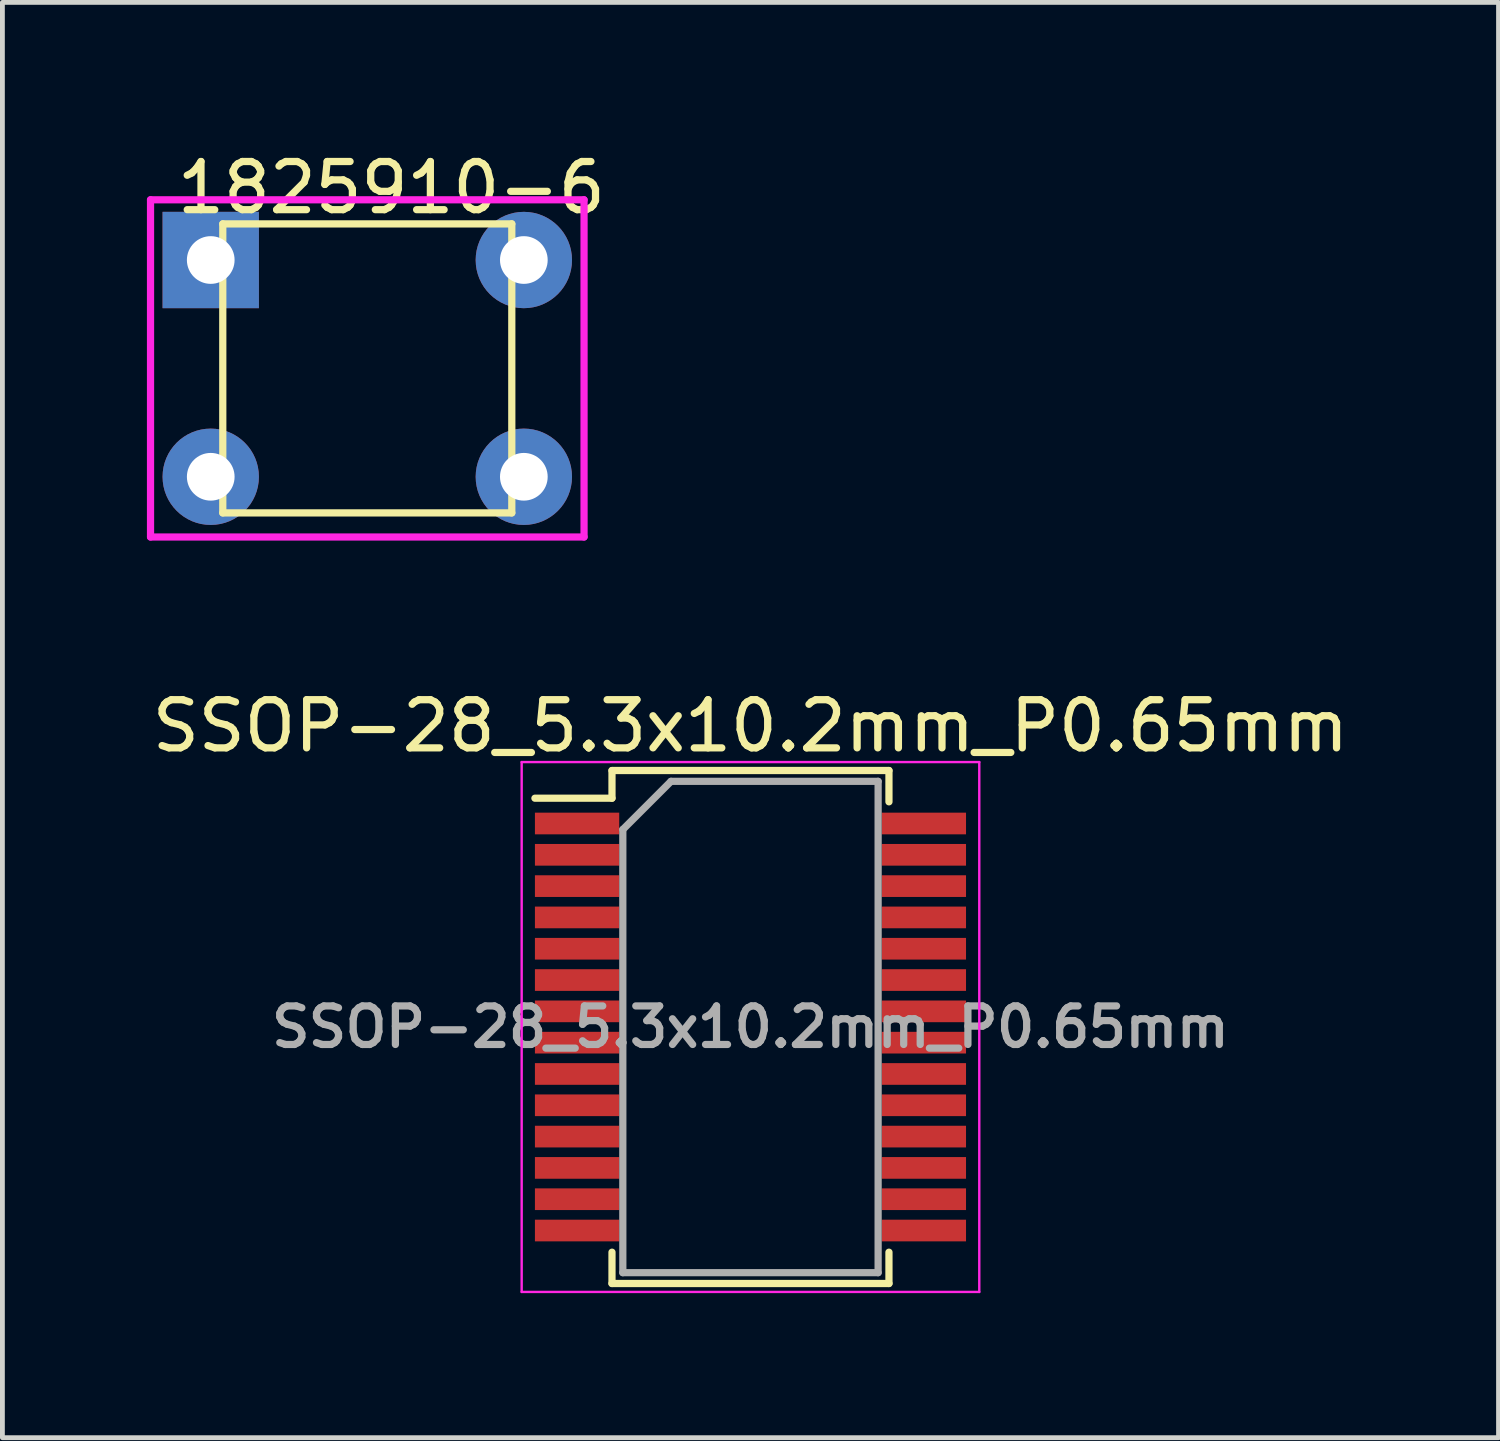
<source format=kicad_pcb>
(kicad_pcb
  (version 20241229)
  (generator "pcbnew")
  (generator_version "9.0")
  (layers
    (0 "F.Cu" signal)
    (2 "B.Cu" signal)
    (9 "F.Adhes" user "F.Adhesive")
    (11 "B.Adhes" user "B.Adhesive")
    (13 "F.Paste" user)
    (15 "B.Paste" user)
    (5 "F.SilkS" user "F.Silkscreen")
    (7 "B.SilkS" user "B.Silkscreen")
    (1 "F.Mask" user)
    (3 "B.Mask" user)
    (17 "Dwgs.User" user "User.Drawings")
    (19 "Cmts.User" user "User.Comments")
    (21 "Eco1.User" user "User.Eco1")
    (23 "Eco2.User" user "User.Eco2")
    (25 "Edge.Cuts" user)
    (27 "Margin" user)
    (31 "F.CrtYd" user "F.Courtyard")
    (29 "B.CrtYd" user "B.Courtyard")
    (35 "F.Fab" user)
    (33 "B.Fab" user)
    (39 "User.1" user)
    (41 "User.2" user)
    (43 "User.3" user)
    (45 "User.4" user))
  (footprint "1825910-6"
    (layer "F.Cu")
    (at 1.325 2.348)
    (property "Reference" "1825910-6" (at 3.75 -1.5 0) (layer "F.SilkS") (effects (font (size 1 1) (thickness 0.15))))
    (attr through_hole)
    (fp_line (start 0.25 -0.75) (end 6.25 -0.75) (stroke (width 0.15) (type solid)) (layer "F.SilkS"))
    (fp_line (start 0.25 5.25) (end 0.25 -0.75) (stroke (width 0.15) (type solid)) (layer "F.SilkS"))
    (fp_line (start 6.25 -0.75) (end 6.25 5.25) (stroke (width 0.15) (type solid)) (layer "F.SilkS"))
    (fp_line (start 6.25 5.25) (end 0.25 5.25) (stroke (width 0.15) (type solid)) (layer "F.SilkS"))
    (fp_line (start -1.25 -1.25) (end 7.75 -1.25) (stroke (width 0.15) (type solid)) (layer "F.CrtYd"))
    (fp_line (start -1.25 5.75) (end -1.25 -1.25) (stroke (width 0.15) (type solid)) (layer "F.CrtYd"))
    (fp_line (start 7.75 -1.25) (end 7.75 5.75) (stroke (width 0.15) (type solid)) (layer "F.CrtYd"))
    (fp_line (start 7.75 5.75) (end -1.25 5.75) (stroke (width 0.15) (type solid)) (layer "F.CrtYd"))
    (pad "1" thru_hole rect (at 0 0) (size 2 2) (drill 0.99) (layers "*.Cu" "*.Mask"))
    (pad "2" thru_hole circle (at 6.5 0) (size 2 2) (drill 0.99) (layers "*.Cu" "*.Mask"))
    (pad "3" thru_hole circle (at 0 4.5) (size 2 2) (drill 0.99) (layers "*.Cu" "*.Mask"))
    (pad "4" thru_hole circle (at 6.5 4.5) (size 2 2) (drill 0.99) (layers "*.Cu" "*.Mask")))
  (footprint "SSOP-28_5.3x10.2mm_P0.65mm"
    (layer "F.Cu")
    (at 12.53 18.271)
    (property "Reference" "SSOP-28_5.3x10.2mm_P0.65mm" (at 0 -6.25 0) (layer "F.SilkS") (effects (font (size 1 1) (thickness 0.15))))
    (attr smd)
    (fp_line (start -2.875 -5.325) (end -2.875 -4.75) (stroke (width 0.15) (type solid)) (layer "F.SilkS"))
    (fp_line (start -2.875 -5.325) (end 2.875 -5.325) (stroke (width 0.15) (type solid)) (layer "F.SilkS"))
    (fp_line (start -2.875 -4.75) (end -4.475 -4.75) (stroke (width 0.15) (type solid)) (layer "F.SilkS"))
    (fp_line (start -2.875 5.325) (end -2.875 4.675) (stroke (width 0.15) (type solid)) (layer "F.SilkS"))
    (fp_line (start -2.875 5.325) (end 2.875 5.325) (stroke (width 0.15) (type solid)) (layer "F.SilkS"))
    (fp_line (start 2.875 -5.325) (end 2.875 -4.675) (stroke (width 0.15) (type solid)) (layer "F.SilkS"))
    (fp_line (start 2.875 5.325) (end 2.875 4.675) (stroke (width 0.15) (type solid)) (layer "F.SilkS"))
    (fp_line (start -4.75 -5.5) (end -4.75 5.5) (stroke (width 0.05) (type solid)) (layer "F.CrtYd"))
    (fp_line (start -4.75 -5.5) (end 4.75 -5.5) (stroke (width 0.05) (type solid)) (layer "F.CrtYd"))
    (fp_line (start -4.75 5.5) (end 4.75 5.5) (stroke (width 0.05) (type solid)) (layer "F.CrtYd"))
    (fp_line (start 4.75 -5.5) (end 4.75 5.5) (stroke (width 0.05) (type solid)) (layer "F.CrtYd"))
    (fp_line (start -2.65 -4.1) (end -1.65 -5.1) (stroke (width 0.15) (type solid)) (layer "F.Fab"))
    (fp_line (start -2.65 5.1) (end -2.65 -4.1) (stroke (width 0.15) (type solid)) (layer "F.Fab"))
    (fp_line (start -1.65 -5.1) (end 2.65 -5.1) (stroke (width 0.15) (type solid)) (layer "F.Fab"))
    (fp_line (start 2.65 -5.1) (end 2.65 5.1) (stroke (width 0.15) (type solid)) (layer "F.Fab"))
    (fp_line (start 2.65 5.1) (end -2.65 5.1) (stroke (width 0.15) (type solid)) (layer "F.Fab"))
    (fp_text user "${REFERENCE}" (at 0 0 0) (layer "F.Fab") (effects (font (size 0.8 0.8) (thickness 0.15))))
    (pad "1" smd rect (at -3.6 -4.225) (size 1.75 0.45) (layers "F.Cu" "F.Mask" "F.Paste"))
    (pad "2" smd rect (at -3.6 -3.575) (size 1.75 0.45) (layers "F.Cu" "F.Mask" "F.Paste"))
    (pad "3" smd rect (at -3.6 -2.925) (size 1.75 0.45) (layers "F.Cu" "F.Mask" "F.Paste"))
    (pad "4" smd rect (at -3.6 -2.275) (size 1.75 0.45) (layers "F.Cu" "F.Mask" "F.Paste"))
    (pad "5" smd rect (at -3.6 -1.625) (size 1.75 0.45) (layers "F.Cu" "F.Mask" "F.Paste"))
    (pad "6" smd rect (at -3.6 -0.975) (size 1.75 0.45) (layers "F.Cu" "F.Mask" "F.Paste"))
    (pad "7" smd rect (at -3.6 -0.325) (size 1.75 0.45) (layers "F.Cu" "F.Mask" "F.Paste"))
    (pad "8" smd rect (at -3.6 0.325) (size 1.75 0.45) (layers "F.Cu" "F.Mask" "F.Paste"))
    (pad "9" smd rect (at -3.6 0.975) (size 1.75 0.45) (layers "F.Cu" "F.Mask" "F.Paste"))
    (pad "10" smd rect (at -3.6 1.625) (size 1.75 0.45) (layers "F.Cu" "F.Mask" "F.Paste"))
    (pad "11" smd rect (at -3.6 2.275) (size 1.75 0.45) (layers "F.Cu" "F.Mask" "F.Paste"))
    (pad "12" smd rect (at -3.6 2.925) (size 1.75 0.45) (layers "F.Cu" "F.Mask" "F.Paste"))
    (pad "13" smd rect (at -3.6 3.575) (size 1.75 0.45) (layers "F.Cu" "F.Mask" "F.Paste"))
    (pad "14" smd rect (at -3.6 4.225) (size 1.75 0.45) (layers "F.Cu" "F.Mask" "F.Paste"))
    (pad "15" smd rect (at 3.6 4.225) (size 1.75 0.45) (layers "F.Cu" "F.Mask" "F.Paste"))
    (pad "16" smd rect (at 3.6 3.575) (size 1.75 0.45) (layers "F.Cu" "F.Mask" "F.Paste"))
    (pad "17" smd rect (at 3.6 2.925) (size 1.75 0.45) (layers "F.Cu" "F.Mask" "F.Paste"))
    (pad "18" smd rect (at 3.6 2.275) (size 1.75 0.45) (layers "F.Cu" "F.Mask" "F.Paste"))
    (pad "19" smd rect (at 3.6 1.625) (size 1.75 0.45) (layers "F.Cu" "F.Mask" "F.Paste"))
    (pad "20" smd rect (at 3.6 0.975) (size 1.75 0.45) (layers "F.Cu" "F.Mask" "F.Paste"))
    (pad "21" smd rect (at 3.6 0.325) (size 1.75 0.45) (layers "F.Cu" "F.Mask" "F.Paste"))
    (pad "22" smd rect (at 3.6 -0.325) (size 1.75 0.45) (layers "F.Cu" "F.Mask" "F.Paste"))
    (pad "23" smd rect (at 3.6 -0.975) (size 1.75 0.45) (layers "F.Cu" "F.Mask" "F.Paste"))
    (pad "24" smd rect (at 3.6 -1.625) (size 1.75 0.45) (layers "F.Cu" "F.Mask" "F.Paste"))
    (pad "25" smd rect (at 3.6 -2.275) (size 1.75 0.45) (layers "F.Cu" "F.Mask" "F.Paste"))
    (pad "26" smd rect (at 3.6 -2.925) (size 1.75 0.45) (layers "F.Cu" "F.Mask" "F.Paste"))
    (pad "27" smd rect (at 3.6 -3.575) (size 1.75 0.45) (layers "F.Cu" "F.Mask" "F.Paste"))
    (pad "28" smd rect (at 3.6 -4.225) (size 1.75 0.45) (layers "F.Cu" "F.Mask" "F.Paste")))
  (gr_rect
    (start -3 -3)
    (end 28.06 26.797)
    (stroke (width 0.1) (type default))
    (fill no)
    (layer "Edge.Cuts")))
</source>
